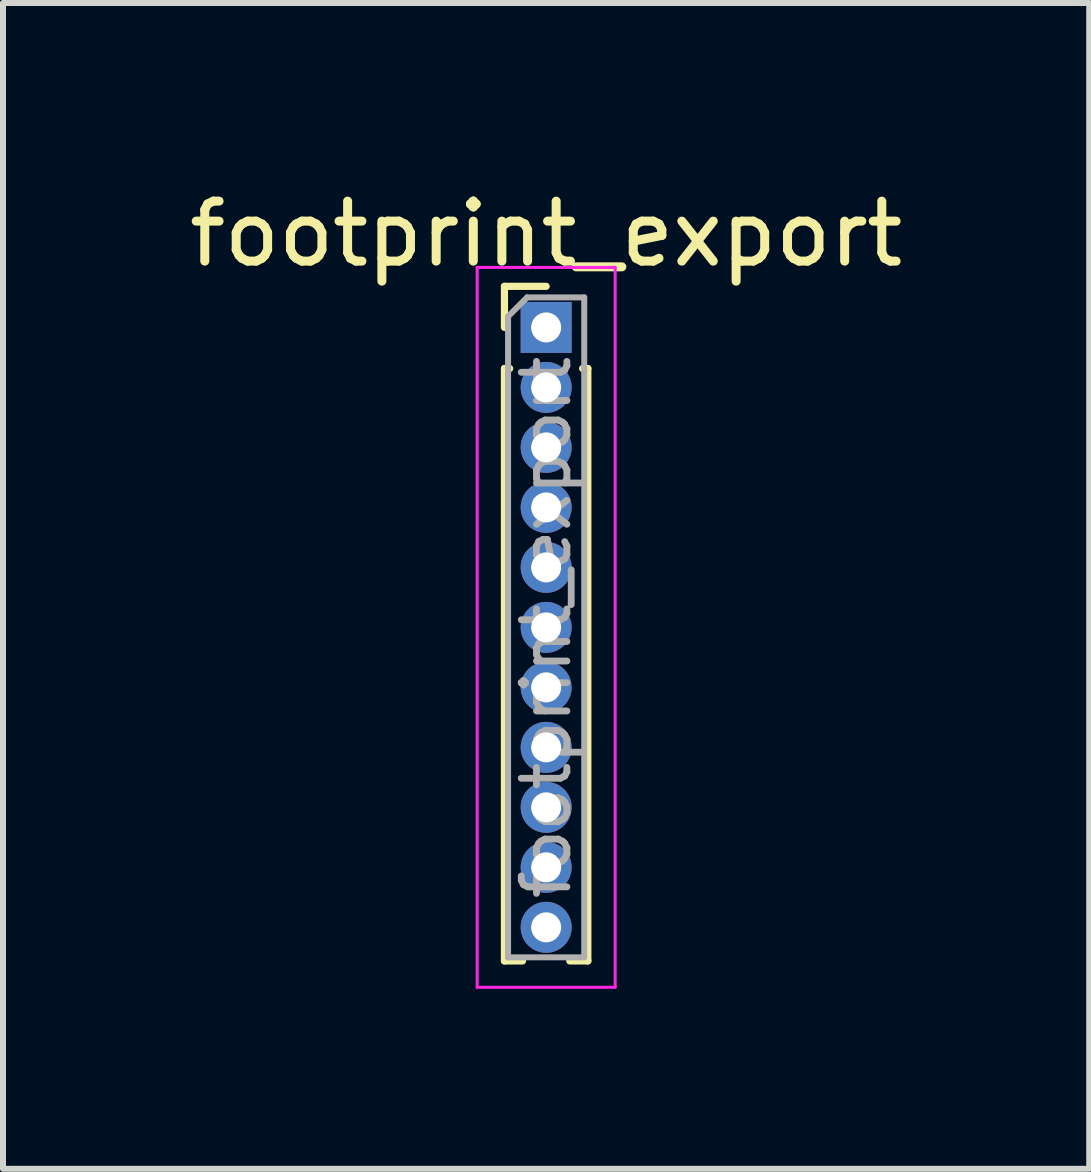
<source format=kicad_pcb>
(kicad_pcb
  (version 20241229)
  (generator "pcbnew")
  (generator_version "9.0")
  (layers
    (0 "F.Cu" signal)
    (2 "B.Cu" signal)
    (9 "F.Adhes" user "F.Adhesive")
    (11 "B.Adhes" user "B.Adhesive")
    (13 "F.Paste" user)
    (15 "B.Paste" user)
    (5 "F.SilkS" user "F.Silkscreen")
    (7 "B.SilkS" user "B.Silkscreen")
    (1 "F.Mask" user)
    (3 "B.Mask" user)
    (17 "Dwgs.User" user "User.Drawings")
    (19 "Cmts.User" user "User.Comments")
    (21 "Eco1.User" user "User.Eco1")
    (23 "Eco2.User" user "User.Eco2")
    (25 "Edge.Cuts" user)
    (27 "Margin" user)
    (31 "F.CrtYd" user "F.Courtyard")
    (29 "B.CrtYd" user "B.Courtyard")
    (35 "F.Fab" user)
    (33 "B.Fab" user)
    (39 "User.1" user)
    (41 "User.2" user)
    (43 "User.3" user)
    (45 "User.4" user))
  (footprint "footprint_export"
    (layer "F.Cu")
    (at 6.054 2.408)
    (property "Reference" "footprint_export" (at 0 -1.56 0) (layer "F.SilkS") (effects (font (size 1 1) (thickness 0.15))))
    (attr through_hole)
    (fp_line (start -0.695 -0.685) (end 0 -0.685) (stroke (width 0.12) (type solid)) (layer "F.SilkS"))
    (fp_line (start -0.695 0) (end -0.695 -0.685) (stroke (width 0.12) (type solid)) (layer "F.SilkS"))
    (fp_line (start -0.695 0.685) (end -0.695 10.56) (stroke (width 0.12) (type solid)) (layer "F.SilkS"))
    (fp_line (start -0.695 0.685) (end -0.608 0.685) (stroke (width 0.12) (type solid)) (layer "F.SilkS"))
    (fp_line (start -0.695 10.56) (end -0.394 10.56) (stroke (width 0.12) (type solid)) (layer "F.SilkS"))
    (fp_line (start 0.394 10.56) (end 0.695 10.56) (stroke (width 0.12) (type solid)) (layer "F.SilkS"))
    (fp_line (start 0.608 0.685) (end 0.695 0.685) (stroke (width 0.12) (type solid)) (layer "F.SilkS"))
    (fp_line (start 0.695 0.685) (end 0.695 10.56) (stroke (width 0.12) (type solid)) (layer "F.SilkS"))
    (fp_line (start -1.15 -1) (end -1.15 11) (stroke (width 0.05) (type solid)) (layer "F.CrtYd"))
    (fp_line (start -1.15 11) (end 1.15 11) (stroke (width 0.05) (type solid)) (layer "F.CrtYd"))
    (fp_line (start 1.15 -1) (end -1.15 -1) (stroke (width 0.05) (type solid)) (layer "F.CrtYd"))
    (fp_line (start 1.15 11) (end 1.15 -1) (stroke (width 0.05) (type solid)) (layer "F.CrtYd"))
    (fp_line (start -0.635 -0.182) (end -0.318 -0.5) (stroke (width 0.1) (type solid)) (layer "F.Fab"))
    (fp_line (start -0.635 10.5) (end -0.635 -0.182) (stroke (width 0.1) (type solid)) (layer "F.Fab"))
    (fp_line (start -0.318 -0.5) (end 0.635 -0.5) (stroke (width 0.1) (type solid)) (layer "F.Fab"))
    (fp_line (start 0.635 -0.5) (end 0.635 10.5) (stroke (width 0.1) (type solid)) (layer "F.Fab"))
    (fp_line (start 0.635 10.5) (end -0.635 10.5) (stroke (width 0.1) (type solid)) (layer "F.Fab"))
    (fp_text user "${REFERENCE}" (at 0 5 90) (layer "F.Fab") (effects (font (size 0.76 0.76) (thickness 0.114))))
    (pad "1" thru_hole rect (at 0 0) (size 0.85 0.85) (drill 0.5) (layers "*.Cu" "*.Mask"))
    (pad "2" thru_hole oval (at 0 1) (size 0.85 0.85) (drill 0.5) (layers "*.Cu" "*.Mask"))
    (pad "3" thru_hole oval (at 0 2) (size 0.85 0.85) (drill 0.5) (layers "*.Cu" "*.Mask"))
    (pad "4" thru_hole oval (at 0 3) (size 0.85 0.85) (drill 0.5) (layers "*.Cu" "*.Mask"))
    (pad "5" thru_hole oval (at 0 4) (size 0.85 0.85) (drill 0.5) (layers "*.Cu" "*.Mask"))
    (pad "6" thru_hole oval (at 0 5) (size 0.85 0.85) (drill 0.5) (layers "*.Cu" "*.Mask"))
    (pad "7" thru_hole oval (at 0 6) (size 0.85 0.85) (drill 0.5) (layers "*.Cu" "*.Mask"))
    (pad "8" thru_hole oval (at 0 7) (size 0.85 0.85) (drill 0.5) (layers "*.Cu" "*.Mask"))
    (pad "9" thru_hole oval (at 0 8) (size 0.85 0.85) (drill 0.5) (layers "*.Cu" "*.Mask"))
    (pad "10" thru_hole oval (at 0 9) (size 0.85 0.85) (drill 0.5) (layers "*.Cu" "*.Mask"))
    (pad "11" thru_hole oval (at 0 10) (size 0.85 0.85) (drill 0.5) (layers "*.Cu" "*.Mask")))
  (gr_rect
    (start -3 -3)
    (end 15.107 16.433)
    (stroke (width 0.1) (type default))
    (fill no)
    (layer "Edge.Cuts")))
</source>
